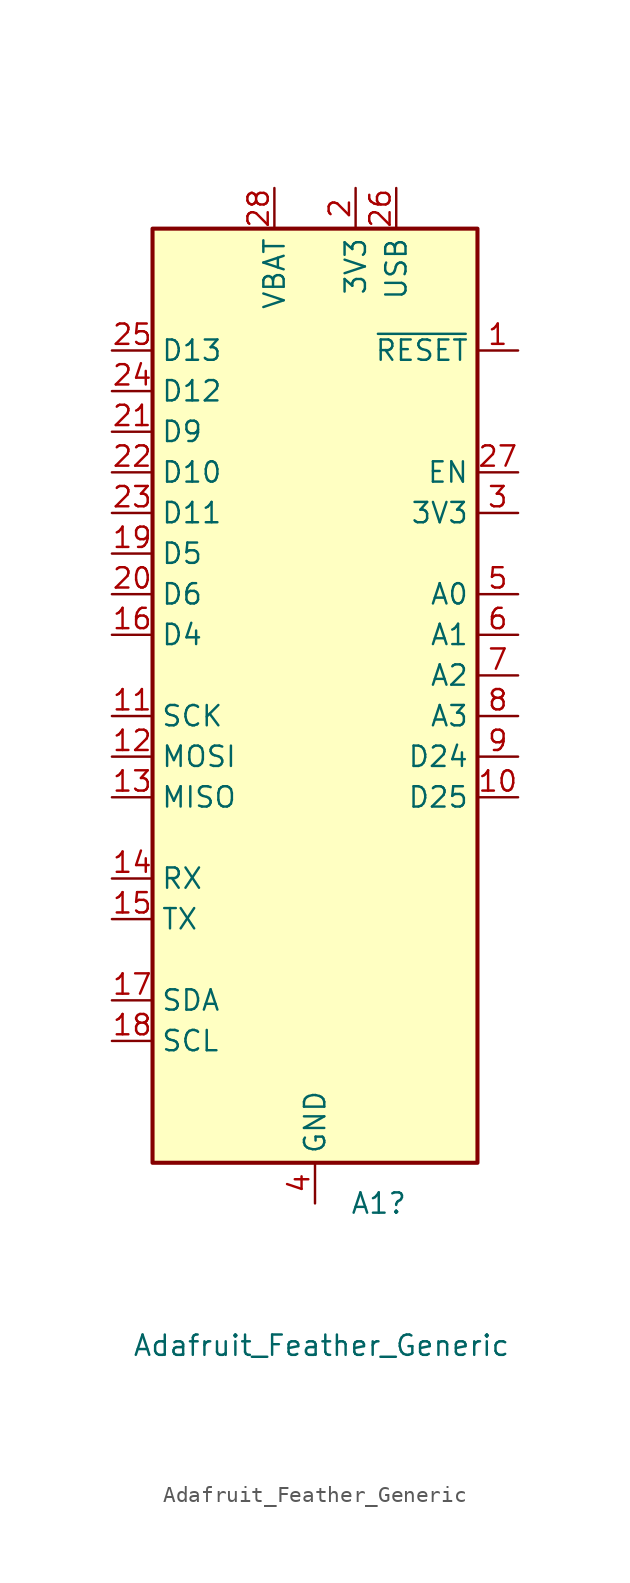
<source format=kicad_sym>
(kicad_symbol_lib
  (version 20220914)
  (generator kicad_symbol_editor)
  (symbol "Adafruit_Feather_Generic"
    (property "Reference" "A1"
      (at 2.194 -33.02 0)
      (effects (font (size 1.27 1.27)) (justify left)))
    (property "Value" "Adafruit_Feather_Generic"
      (at -11.43 -41.91 0)
      (effects (font (size 1.27 1.27)) (justify left)))
    (symbol "Adafruit_Feather_Generic_0_1"
      (rectangle (start -10.16 27.94) (end 10.16 -30.48) (stroke (width 0.254) (type default)) (fill (type background))))
    (symbol "Adafruit_Feather_Generic_1_1"
      (pin input line (at 12.7 20.32 180) (length 2.54) (name "~{RESET}" (effects (font (size 1.27 1.27)))) (number "1" (effects (font (size 1.27 1.27)))))
      (pin bidirectional line (at 12.7 -7.62 180) (length 2.54) (name "D25" (effects (font (size 1.27 1.27)))) (number "10" (effects (font (size 1.27 1.27)))))
      (pin bidirectional line (at -12.7 -2.54 0) (length 2.54) (name "SCK" (effects (font (size 1.27 1.27)))) (number "11" (effects (font (size 1.27 1.27)))))
      (pin bidirectional line (at -12.7 -5.08 0) (length 2.54) (name "MOSI" (effects (font (size 1.27 1.27)))) (number "12" (effects (font (size 1.27 1.27)))))
      (pin bidirectional line (at -12.7 -7.62 0) (length 2.54) (name "MISO" (effects (font (size 1.27 1.27)))) (number "13" (effects (font (size 1.27 1.27)))))
      (pin bidirectional line (at -12.7 -12.7 0) (length 2.54) (name "RX" (effects (font (size 1.27 1.27)))) (number "14" (effects (font (size 1.27 1.27)))))
      (pin bidirectional line (at -12.7 -15.24 0) (length 2.54) (name "TX" (effects (font (size 1.27 1.27)))) (number "15" (effects (font (size 1.27 1.27)))))
      (pin bidirectional line (at -12.7 2.54 0) (length 2.54) (name "D4" (effects (font (size 1.27 1.27)))) (number "16" (effects (font (size 1.27 1.27)))))
      (pin bidirectional line (at -12.7 -20.32 0) (length 2.54) (name "SDA" (effects (font (size 1.27 1.27)))) (number "17" (effects (font (size 1.27 1.27)))))
      (pin bidirectional line (at -12.7 -22.86 0) (length 2.54) (name "SCL" (effects (font (size 1.27 1.27)))) (number "18" (effects (font (size 1.27 1.27)))))
      (pin bidirectional line (at -12.7 7.62 0) (length 2.54) (name "D5" (effects (font (size 1.27 1.27)))) (number "19" (effects (font (size 1.27 1.27)))))
      (pin power_in line (at 2.54 30.48 270) (length 2.54) (name "3V3" (effects (font (size 1.27 1.27)))) (number "2" (effects (font (size 1.27 1.27)))))
      (pin bidirectional line (at -12.7 5.08 0) (length 2.54) (name "D6" (effects (font (size 1.27 1.27)))) (number "20" (effects (font (size 1.27 1.27)))))
      (pin bidirectional line (at -12.7 15.24 0) (length 2.54) (name "D9" (effects (font (size 1.27 1.27)))) (number "21" (effects (font (size 1.27 1.27)))))
      (pin bidirectional line (at -12.7 12.7 0) (length 2.54) (name "D10" (effects (font (size 1.27 1.27)))) (number "22" (effects (font (size 1.27 1.27)))))
      (pin bidirectional line (at -12.7 10.16 0) (length 2.54) (name "D11" (effects (font (size 1.27 1.27)))) (number "23" (effects (font (size 1.27 1.27)))))
      (pin bidirectional line (at -12.7 17.78 0) (length 2.54) (name "D12" (effects (font (size 1.27 1.27)))) (number "24" (effects (font (size 1.27 1.27)))))
      (pin bidirectional line (at -12.7 20.32 0) (length 2.54) (name "D13" (effects (font (size 1.27 1.27)))) (number "25" (effects (font (size 1.27 1.27)))))
      (pin power_in line (at 5.08 30.48 270) (length 2.54) (name "USB" (effects (font (size 1.27 1.27)))) (number "26" (effects (font (size 1.27 1.27)))))
      (pin input line (at 12.7 12.7 180) (length 2.54) (name "EN" (effects (font (size 1.27 1.27)))) (number "27" (effects (font (size 1.27 1.27)))))
      (pin power_in line (at -2.54 30.48 270) (length 2.54) (name "VBAT" (effects (font (size 1.27 1.27)))) (number "28" (effects (font (size 1.27 1.27)))))
      (pin input line (at 12.7 10.16 180) (length 2.54) (name "3V3" (effects (font (size 1.27 1.27)))) (number "3" (effects (font (size 1.27 1.27)))))
      (pin power_in line (at 0 -33.02 90) (length 2.54) (name "GND" (effects (font (size 1.27 1.27)))) (number "4" (effects (font (size 1.27 1.27)))))
      (pin bidirectional line (at 12.7 5.08 180) (length 2.54) (name "A0" (effects (font (size 1.27 1.27)))) (number "5" (effects (font (size 1.27 1.27)))))
      (pin bidirectional line (at 12.7 2.54 180) (length 2.54) (name "A1" (effects (font (size 1.27 1.27)))) (number "6" (effects (font (size 1.27 1.27)))))
      (pin bidirectional line (at 12.7 0 180) (length 2.54) (name "A2" (effects (font (size 1.27 1.27)))) (number "7" (effects (font (size 1.27 1.27)))))
      (pin bidirectional line (at 12.7 -2.54 180) (length 2.54) (name "A3" (effects (font (size 1.27 1.27)))) (number "8" (effects (font (size 1.27 1.27)))))
      (pin bidirectional line (at 12.7 -5.08 180) (length 2.54) (name "D24" (effects (font (size 1.27 1.27)))) (number "9" (effects (font (size 1.27 1.27))))))))
</source>
